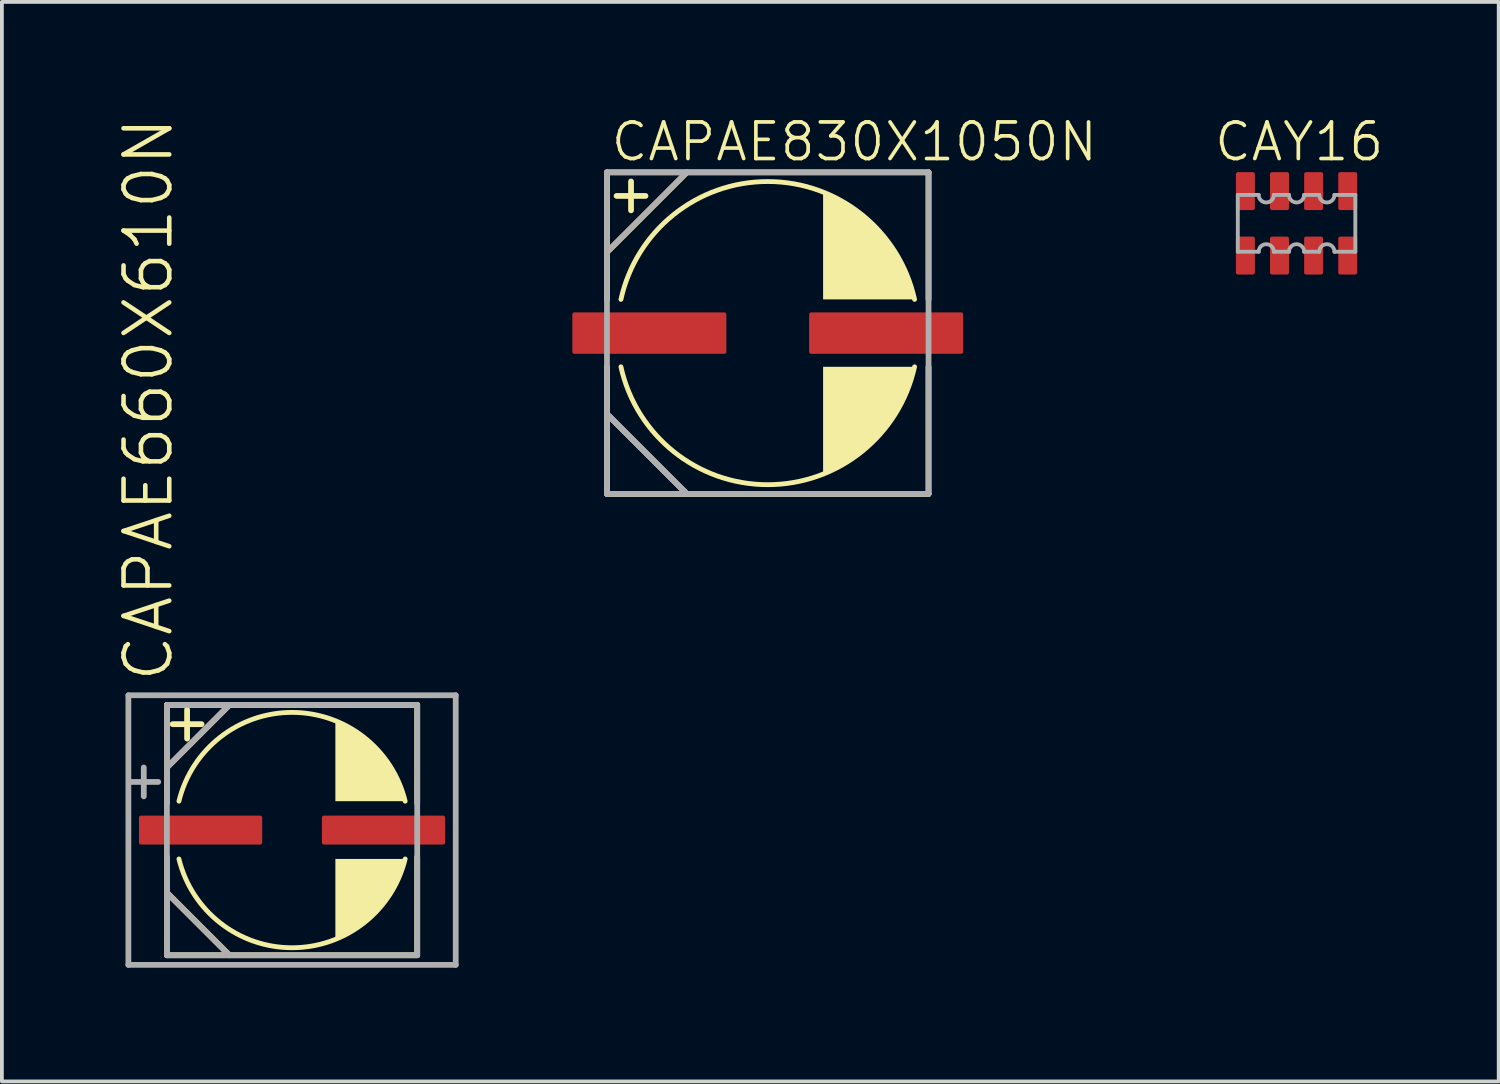
<source format=kicad_pcb>
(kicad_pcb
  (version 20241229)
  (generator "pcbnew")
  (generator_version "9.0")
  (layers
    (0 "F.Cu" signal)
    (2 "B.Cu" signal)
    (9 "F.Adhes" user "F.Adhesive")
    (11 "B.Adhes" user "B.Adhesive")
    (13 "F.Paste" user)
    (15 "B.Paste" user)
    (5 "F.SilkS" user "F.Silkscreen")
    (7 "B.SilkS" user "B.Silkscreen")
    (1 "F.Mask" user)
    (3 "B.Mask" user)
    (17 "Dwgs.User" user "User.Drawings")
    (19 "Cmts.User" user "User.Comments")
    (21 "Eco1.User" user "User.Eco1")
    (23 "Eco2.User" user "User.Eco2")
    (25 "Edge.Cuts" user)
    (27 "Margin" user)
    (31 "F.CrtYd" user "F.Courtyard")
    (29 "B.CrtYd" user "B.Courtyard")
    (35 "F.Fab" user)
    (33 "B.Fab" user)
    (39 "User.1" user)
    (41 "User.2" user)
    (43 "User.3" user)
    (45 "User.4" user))
  (footprint "CAPAE660X610N"
    (layer "F.Cu")
    (at 4.655 18.849)
    (property "Reference" "CAPAE660X610N" (at -3.086 -3.848 90) (layer "F.SilkS") (effects (font (size 1.206 1.206) (thickness 0.121)) (justify left bottom)))
    (attr through_hole)
    (fp_line (start -3.302 -3.302) (end -3.302 -0.711) (stroke (width 0.152) (type solid)) (layer "F.SilkS"))
    (fp_line (start -3.302 -1.651) (end -1.651 -3.302) (stroke (width 0.152) (type solid)) (layer "F.SilkS"))
    (fp_line (start -3.302 0.711) (end -3.302 1.651) (stroke (width 0.152) (type solid)) (layer "F.SilkS"))
    (fp_line (start -3.302 1.651) (end -3.302 3.302) (stroke (width 0.152) (type solid)) (layer "F.SilkS"))
    (fp_line (start -3.302 1.651) (end -1.651 3.302) (stroke (width 0.152) (type solid)) (layer "F.SilkS"))
    (fp_line (start -3.302 3.302) (end 3.302 3.302) (stroke (width 0.152) (type solid)) (layer "F.SilkS"))
    (fp_line (start -2.769 -3.175) (end -2.769 -2.413) (stroke (width 0.152) (type solid)) (layer "F.SilkS"))
    (fp_line (start -2.388 -2.794) (end -3.15 -2.794) (stroke (width 0.152) (type solid)) (layer "F.SilkS"))
    (fp_line (start 3.302 -3.302) (end -3.302 -3.302) (stroke (width 0.152) (type solid)) (layer "F.SilkS"))
    (fp_line (start 3.302 -0.711) (end 3.302 -3.302) (stroke (width 0.152) (type solid)) (layer "F.SilkS"))
    (fp_line (start 3.302 3.302) (end 3.302 0.711) (stroke (width 0.152) (type solid)) (layer "F.SilkS"))
    (fp_arc (start -2.9845 -0.761998) (mid -0.000001 -3.104349) (end 2.9845 -0.762) (stroke (width 0.127) (type solid)) (layer "F.SilkS"))
    (fp_arc (start 2.9845 0.761998) (mid 0.000001 3.104349) (end -2.9845 0.762) (stroke (width 0.127) (type solid)) (layer "F.SilkS"))
    (fp_poly (pts (xy 2.985 -0.762) (xy 1.143 -0.762) (xy 1.143 -2.857) (xy 1.143 -2.857) (xy 1.518 -2.682) (xy 1.865 -2.456) (xy 2.178 -2.186) (xy 2.451 -1.875) (xy 2.68 -1.53)) (stroke (width 0) (type solid)) (fill yes) (layer "F.SilkS"))
    (fp_poly (pts (xy 2.985 0.762) (xy 1.143 0.762) (xy 1.143 2.857) (xy 1.143 2.857) (xy 1.518 2.682) (xy 1.865 2.456) (xy 2.178 2.186) (xy 2.451 1.875) (xy 2.68 1.53)) (stroke (width 0) (type solid)) (fill yes) (layer "F.SilkS"))
    (fp_line (start -4.318 -3.556) (end 4.318 -3.556) (stroke (width 0.152) (type solid)) (layer "F.Fab"))
    (fp_line (start -4.318 3.556) (end -4.318 -3.556) (stroke (width 0.152) (type solid)) (layer "F.Fab"))
    (fp_line (start -3.912 -1.651) (end -3.912 -0.889) (stroke (width 0.152) (type solid)) (layer "F.Fab"))
    (fp_line (start -3.531 -1.27) (end -4.293 -1.27) (stroke (width 0.152) (type solid)) (layer "F.Fab"))
    (fp_line (start -3.302 -3.302) (end -3.302 3.302) (stroke (width 0.152) (type solid)) (layer "F.Fab"))
    (fp_line (start -3.302 -1.651) (end -1.651 -3.302) (stroke (width 0.152) (type solid)) (layer "F.Fab"))
    (fp_line (start -3.302 1.651) (end -1.651 3.302) (stroke (width 0.152) (type solid)) (layer "F.Fab"))
    (fp_line (start -3.302 3.302) (end 3.302 3.302) (stroke (width 0.152) (type solid)) (layer "F.Fab"))
    (fp_line (start 3.302 -3.302) (end -3.302 -3.302) (stroke (width 0.152) (type solid)) (layer "F.Fab"))
    (fp_line (start 3.302 3.302) (end 3.302 -3.302) (stroke (width 0.152) (type solid)) (layer "F.Fab"))
    (fp_line (start 4.318 -3.556) (end 4.318 3.556) (stroke (width 0.152) (type solid)) (layer "F.Fab"))
    (fp_line (start 4.318 3.556) (end -4.318 3.556) (stroke (width 0.152) (type solid)) (layer "F.Fab"))
    (pad "1" smd roundrect (at -2.413 0) (size 3.251 0.762) (layers "F.Cu" "F.Mask" "F.Paste") (roundrect_rratio 0.067))
    (pad "2" smd roundrect (at 2.413 0) (size 3.251 0.762) (layers "F.Cu" "F.Mask" "F.Paste") (roundrect_rratio 0.067)))
  (footprint "CAY16"
    (layer "F.Cu")
    (at 31.156 2.842)
    (property "Reference" "CAY16" (at -2.223 -1.587 180) (layer "F.SilkS") (effects (font (size 0.965 0.965) (thickness 0.097)) (justify left bottom)))
    (attr through_hole)
    (fp_line (start -1.55 -0.75) (end -1 -0.75) (stroke (width 0.102) (type solid)) (layer "F.Fab"))
    (fp_line (start -1.55 0.75) (end -1.55 -0.75) (stroke (width 0.102) (type solid)) (layer "F.Fab"))
    (fp_line (start -1 0.75) (end -1.55 0.75) (stroke (width 0.102) (type solid)) (layer "F.Fab"))
    (fp_line (start -0.6 -0.75) (end -0.2 -0.75) (stroke (width 0.102) (type solid)) (layer "F.Fab"))
    (fp_line (start -0.2 0.75) (end -0.6 0.75) (stroke (width 0.102) (type solid)) (layer "F.Fab"))
    (fp_line (start 0.2 -0.75) (end 0.6 -0.75) (stroke (width 0.102) (type solid)) (layer "F.Fab"))
    (fp_line (start 0.6 0.75) (end 0.2 0.75) (stroke (width 0.102) (type solid)) (layer "F.Fab"))
    (fp_line (start 1 -0.75) (end 1.55 -0.75) (stroke (width 0.102) (type solid)) (layer "F.Fab"))
    (fp_line (start 1.55 -0.75) (end 1.55 0.75) (stroke (width 0.102) (type solid)) (layer "F.Fab"))
    (fp_line (start 1.55 0.75) (end 1 0.75) (stroke (width 0.102) (type solid)) (layer "F.Fab"))
    (fp_arc (start -1 0.75) (mid -0.8 0.55) (end -0.6 0.75) (stroke (width 0.1016) (type solid)) (layer "F.Fab"))
    (fp_arc (start -0.6 -0.75) (mid -0.8 -0.55) (end -1 -0.75) (stroke (width 0.1016) (type solid)) (layer "F.Fab"))
    (fp_arc (start -0.2 0.75) (mid 0 0.55) (end 0.2 0.75) (stroke (width 0.1016) (type solid)) (layer "F.Fab"))
    (fp_arc (start 0.2 -0.75) (mid 0 -0.55) (end -0.2 -0.75) (stroke (width 0.1016) (type solid)) (layer "F.Fab"))
    (fp_arc (start 0.6 0.75) (mid 0.8 0.55) (end 1 0.75) (stroke (width 0.1016) (type solid)) (layer "F.Fab"))
    (fp_arc (start 1 -0.75) (mid 0.8 -0.55) (end 0.6 -0.75) (stroke (width 0.1016) (type solid)) (layer "F.Fab"))
    (pad "1" smd roundrect (at -1.35 0.85) (size 0.5 1) (layers "F.Cu" "F.Mask" "F.Paste") (roundrect_rratio 0.102))
    (pad "2" smd roundrect (at -0.45 0.85) (size 0.5 1) (layers "F.Cu" "F.Mask" "F.Paste") (roundrect_rratio 0.102))
    (pad "3" smd roundrect (at 0.45 0.85) (size 0.5 1) (layers "F.Cu" "F.Mask" "F.Paste") (roundrect_rratio 0.102))
    (pad "4" smd roundrect (at 1.35 0.85) (size 0.5 1) (layers "F.Cu" "F.Mask" "F.Paste") (roundrect_rratio 0.102))
    (pad "5" smd roundrect (at 1.35 -0.85) (size 0.5 1) (layers "F.Cu" "F.Mask" "F.Paste") (roundrect_rratio 0.102))
    (pad "6" smd roundrect (at 0.45 -0.85) (size 0.5 1) (layers "F.Cu" "F.Mask" "F.Paste") (roundrect_rratio 0.102))
    (pad "7" smd roundrect (at -0.45 -0.85) (size 0.5 1) (layers "F.Cu" "F.Mask" "F.Paste") (roundrect_rratio 0.102))
    (pad "8" smd roundrect (at -1.35 -0.85) (size 0.5 1) (layers "F.Cu" "F.Mask" "F.Paste") (roundrect_rratio 0.102)))
  (footprint "CAPAE830X1050N"
    (layer "F.Cu")
    (at 17.205 5.738)
    (property "Reference" "CAPAE830X1050N" (at -4.191 -4.483 180) (layer "F.SilkS") (effects (font (size 0.965 0.965) (thickness 0.097)) (justify left bottom)))
    (attr through_hole)
    (fp_line (start -4.242 -4.242) (end -4.242 -0.889) (stroke (width 0.152) (type solid)) (layer "F.SilkS"))
    (fp_line (start -4.242 -2.134) (end -2.134 -4.242) (stroke (width 0.152) (type solid)) (layer "F.SilkS"))
    (fp_line (start -4.242 0.889) (end -4.242 2.134) (stroke (width 0.152) (type solid)) (layer "F.SilkS"))
    (fp_line (start -4.242 2.134) (end -4.242 4.242) (stroke (width 0.152) (type solid)) (layer "F.SilkS"))
    (fp_line (start -4.242 2.134) (end -2.134 4.242) (stroke (width 0.152) (type solid)) (layer "F.SilkS"))
    (fp_line (start -4.242 4.242) (end 4.242 4.242) (stroke (width 0.152) (type solid)) (layer "F.SilkS"))
    (fp_line (start -3.607 -4) (end -3.607 -3.239) (stroke (width 0.152) (type solid)) (layer "F.SilkS"))
    (fp_line (start -3.226 -3.619) (end -3.988 -3.619) (stroke (width 0.152) (type solid)) (layer "F.SilkS"))
    (fp_line (start 4.242 -4.242) (end -4.242 -4.242) (stroke (width 0.152) (type solid)) (layer "F.SilkS"))
    (fp_line (start 4.242 -0.889) (end 4.242 -4.242) (stroke (width 0.152) (type solid)) (layer "F.SilkS"))
    (fp_line (start 4.242 4.242) (end 4.242 0.889) (stroke (width 0.152) (type solid)) (layer "F.SilkS"))
    (fp_arc (start -3.8735 -0.888998) (mid -0.000001 -3.999018) (end 3.8735 -0.889) (stroke (width 0.127) (type solid)) (layer "F.SilkS"))
    (fp_arc (start 3.8735 0.888998) (mid 0.000001 3.999018) (end -3.8735 0.889) (stroke (width 0.127) (type solid)) (layer "F.SilkS"))
    (fp_poly (pts (xy 3.873 -0.889) (xy 1.46 -0.889) (xy 1.46 -3.683) (xy 1.461 -3.683) (xy 1.848 -3.505) (xy 2.213 -3.286) (xy 2.554 -3.03) (xy 2.865 -2.739) (xy 3.144 -2.416) (xy 3.386 -2.066) (xy 3.59 -1.692) (xy 3.753 -1.298)) (stroke (width 0) (type solid)) (fill yes) (layer "F.SilkS"))
    (fp_poly (pts (xy 3.873 0.889) (xy 1.46 0.889) (xy 1.46 3.683) (xy 1.461 3.683) (xy 1.848 3.505) (xy 2.213 3.286) (xy 2.554 3.03) (xy 2.865 2.739) (xy 3.144 2.416) (xy 3.386 2.066) (xy 3.59 1.692) (xy 3.753 1.298)) (stroke (width 0) (type solid)) (fill yes) (layer "F.SilkS"))
    (fp_line (start -4.242 -4.242) (end -4.242 4.242) (stroke (width 0.152) (type solid)) (layer "F.Fab"))
    (fp_line (start -4.242 -2.134) (end -2.134 -4.242) (stroke (width 0.152) (type solid)) (layer "F.Fab"))
    (fp_line (start -4.242 2.134) (end -2.134 4.242) (stroke (width 0.152) (type solid)) (layer "F.Fab"))
    (fp_line (start -4.242 4.242) (end 4.242 4.242) (stroke (width 0.152) (type solid)) (layer "F.Fab"))
    (fp_line (start 4.242 -4.242) (end -4.242 -4.242) (stroke (width 0.152) (type solid)) (layer "F.Fab"))
    (fp_line (start 4.242 4.242) (end 4.242 -4.242) (stroke (width 0.152) (type solid)) (layer "F.Fab"))
    (pad "+" smd roundrect (at -3.124 0) (size 4.064 1.092) (layers "F.Cu" "F.Mask" "F.Paste") (roundrect_rratio 0.047))
    (pad "-" smd roundrect (at 3.124 0) (size 4.064 1.092) (layers "F.Cu" "F.Mask" "F.Paste") (roundrect_rratio 0.047)))
  (gr_rect
    (start -3 -3)
    (end 36.489 25.481)
    (stroke (width 0.1) (type default))
    (fill no)
    (layer "Edge.Cuts")))
</source>
